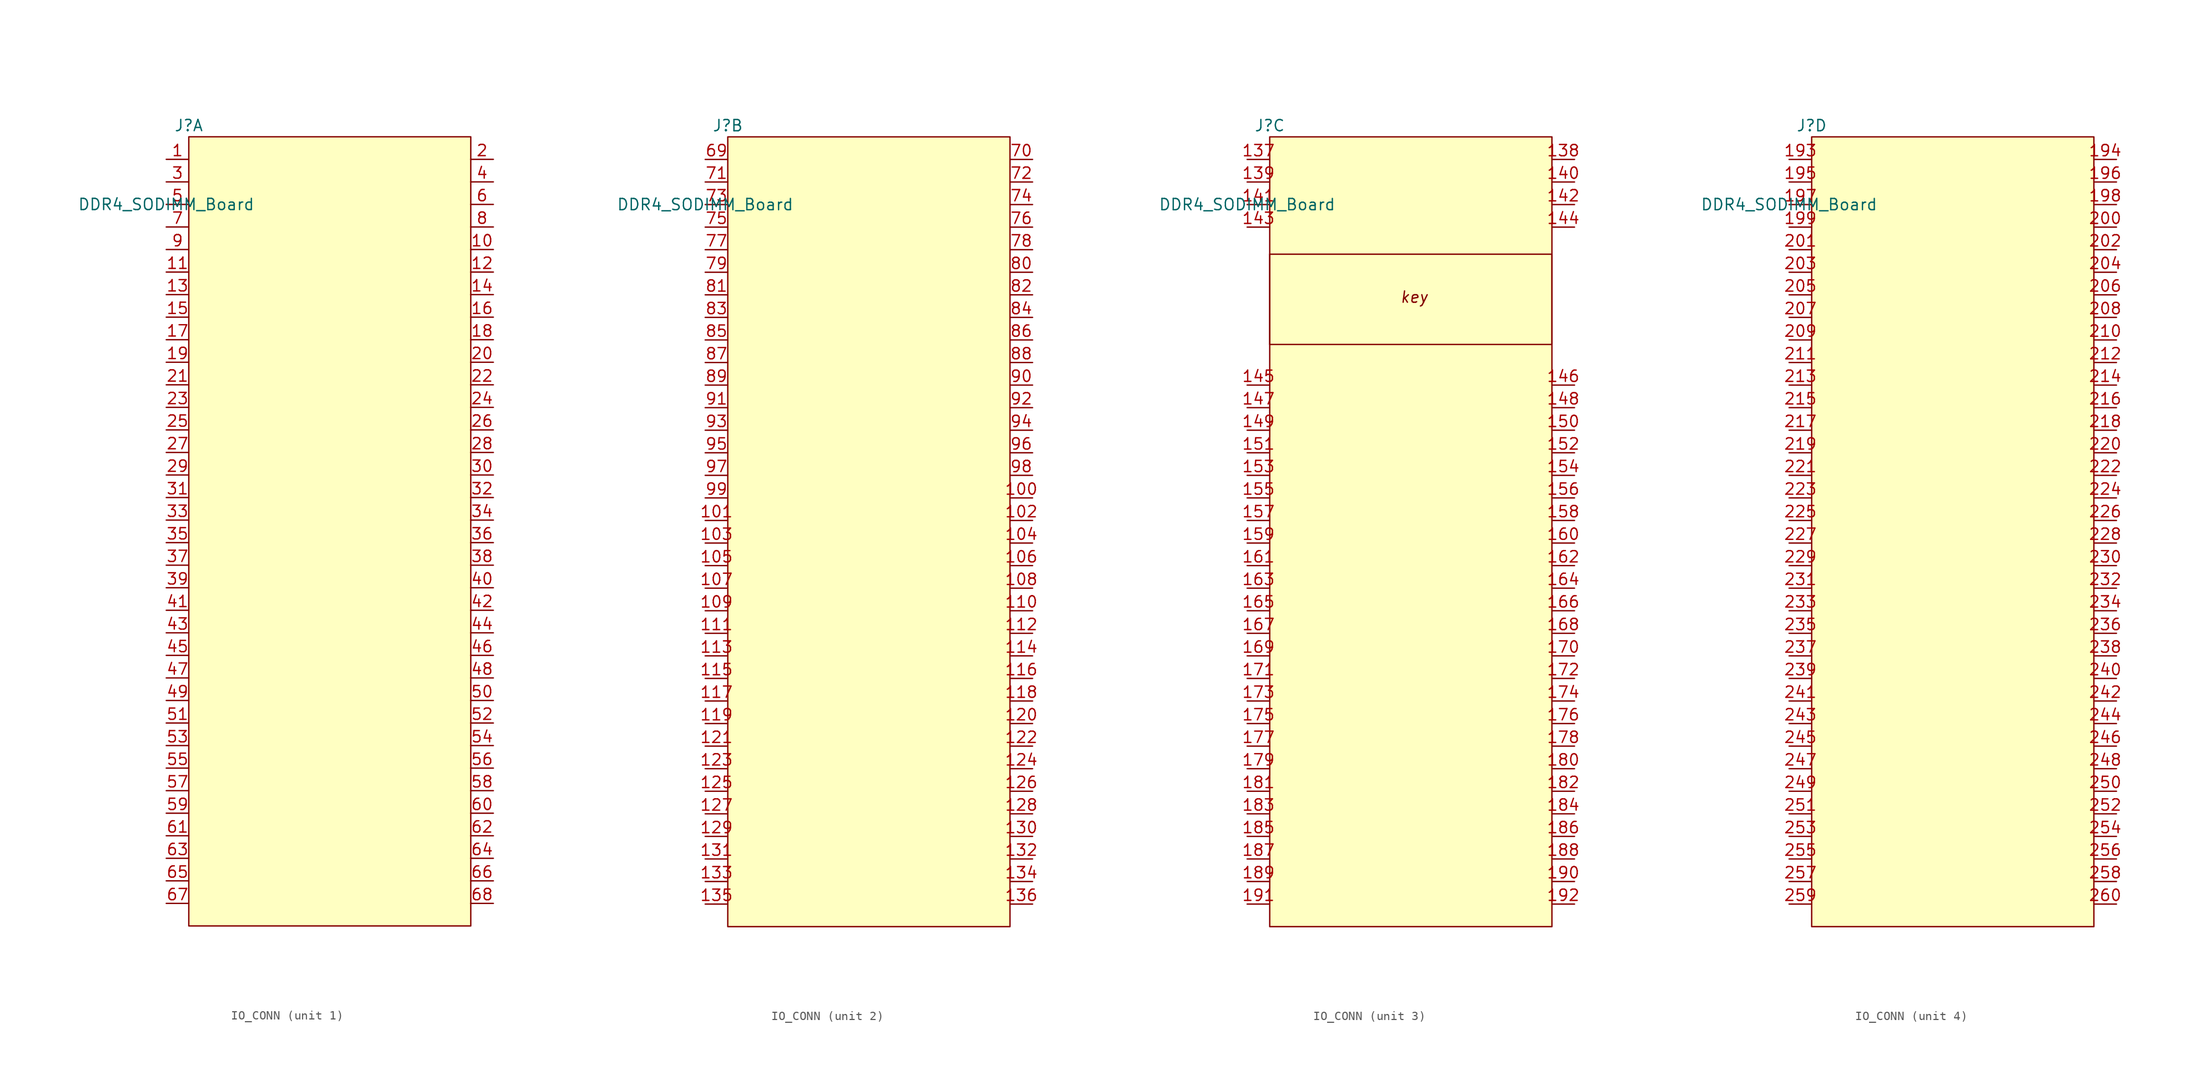
<source format=kicad_sym>
(kicad_symbol_lib
  (version 20241209)
  (generator "kicad_symbol_editor")
  (generator_version "9.0")
  (symbol "IO_CONN"
    (property "Reference" "J"
      (at -16.51 45.72 0)
      (effects (font (size 1.27 1.27))))
    (property "Value" "DDR4_SODIMM_Board"
      (at -19.05 36.83 0)
      (effects (font (size 1.27 1.27))))
    (property "ki_locked" ""
      (at 0 0 0)
      (effects (font (size 1.27 1.27))))
    (symbol "IO_CONN_1_0"
      (pin passive line (at -19.05 41.91 0) (length 2.54) (name "" (effects (font (size 1.27 1.27)))) (number "1" (effects (font (size 1.27 1.27)))))
      (pin passive line (at -19.05 39.37 0) (length 2.54) (name "" (effects (font (size 1.27 1.27)))) (number "3" (effects (font (size 1.27 1.27)))))
      (pin passive line (at -19.05 36.83 0) (length 2.54) (name "" (effects (font (size 1.27 1.27)))) (number "5" (effects (font (size 1.27 1.27)))))
      (pin passive line (at -19.05 34.29 0) (length 2.54) (name "" (effects (font (size 1.27 1.27)))) (number "7" (effects (font (size 1.27 1.27)))))
      (pin passive line (at -19.05 31.75 0) (length 2.54) (name "" (effects (font (size 1.27 1.27)))) (number "9" (effects (font (size 1.27 1.27)))))
      (pin passive line (at -19.05 29.21 0) (length 2.54) (name "" (effects (font (size 1.27 1.27)))) (number "11" (effects (font (size 1.27 1.27)))))
      (pin passive line (at -19.05 26.67 0) (length 2.54) (name "" (effects (font (size 1.27 1.27)))) (number "13" (effects (font (size 1.27 1.27)))))
      (pin passive line (at -19.05 24.13 0) (length 2.54) (name "" (effects (font (size 1.27 1.27)))) (number "15" (effects (font (size 1.27 1.27)))))
      (pin passive line (at -19.05 21.59 0) (length 2.54) (name "" (effects (font (size 1.27 1.27)))) (number "17" (effects (font (size 1.27 1.27)))))
      (pin passive line (at -19.05 19.05 0) (length 2.54) (name "" (effects (font (size 1.27 1.27)))) (number "19" (effects (font (size 1.27 1.27)))))
      (pin passive line (at -19.05 16.51 0) (length 2.54) (name "" (effects (font (size 1.27 1.27)))) (number "21" (effects (font (size 1.27 1.27)))))
      (pin passive line (at -19.05 13.97 0) (length 2.54) (name "" (effects (font (size 1.27 1.27)))) (number "23" (effects (font (size 1.27 1.27)))))
      (pin passive line (at -19.05 11.43 0) (length 2.54) (name "" (effects (font (size 1.27 1.27)))) (number "25" (effects (font (size 1.27 1.27)))))
      (pin passive line (at -19.05 8.89 0) (length 2.54) (name "" (effects (font (size 1.27 1.27)))) (number "27" (effects (font (size 1.27 1.27)))))
      (pin passive line (at -19.05 6.35 0) (length 2.54) (name "" (effects (font (size 1.27 1.27)))) (number "29" (effects (font (size 1.27 1.27)))))
      (pin passive line (at -19.05 3.81 0) (length 2.54) (name "" (effects (font (size 1.27 1.27)))) (number "31" (effects (font (size 1.27 1.27)))))
      (pin passive line (at -19.05 1.27 0) (length 2.54) (name "" (effects (font (size 1.27 1.27)))) (number "33" (effects (font (size 1.27 1.27)))))
      (pin passive line (at -19.05 -1.27 0) (length 2.54) (name "" (effects (font (size 1.27 1.27)))) (number "35" (effects (font (size 1.27 1.27)))))
      (pin passive line (at -19.05 -3.81 0) (length 2.54) (name "" (effects (font (size 1.27 1.27)))) (number "37" (effects (font (size 1.27 1.27)))))
      (pin passive line (at -19.05 -6.35 0) (length 2.54) (name "" (effects (font (size 1.27 1.27)))) (number "39" (effects (font (size 1.27 1.27)))))
      (pin passive line (at -19.05 -8.89 0) (length 2.54) (name "" (effects (font (size 1.27 1.27)))) (number "41" (effects (font (size 1.27 1.27)))))
      (pin passive line (at -19.05 -11.43 0) (length 2.54) (name "" (effects (font (size 1.27 1.27)))) (number "43" (effects (font (size 1.27 1.27)))))
      (pin passive line (at -19.05 -13.97 0) (length 2.54) (name "" (effects (font (size 1.27 1.27)))) (number "45" (effects (font (size 1.27 1.27)))))
      (pin passive line (at -19.05 -16.51 0) (length 2.54) (name "" (effects (font (size 1.27 1.27)))) (number "47" (effects (font (size 1.27 1.27)))))
      (pin passive line (at -19.05 -19.05 0) (length 2.54) (name "" (effects (font (size 1.27 1.27)))) (number "49" (effects (font (size 1.27 1.27)))))
      (pin passive line (at -19.05 -21.59 0) (length 2.54) (name "" (effects (font (size 1.27 1.27)))) (number "51" (effects (font (size 1.27 1.27)))))
      (pin passive line (at -19.05 -24.13 0) (length 2.54) (name "" (effects (font (size 1.27 1.27)))) (number "53" (effects (font (size 1.27 1.27)))))
      (pin passive line (at -19.05 -26.67 0) (length 2.54) (name "" (effects (font (size 1.27 1.27)))) (number "55" (effects (font (size 1.27 1.27)))))
      (pin passive line (at -19.05 -29.21 0) (length 2.54) (name "" (effects (font (size 1.27 1.27)))) (number "57" (effects (font (size 1.27 1.27)))))
      (pin passive line (at -19.05 -31.75 0) (length 2.54) (name "" (effects (font (size 1.27 1.27)))) (number "59" (effects (font (size 1.27 1.27)))))
      (pin passive line (at -19.05 -34.29 0) (length 2.54) (name "" (effects (font (size 1.27 1.27)))) (number "61" (effects (font (size 1.27 1.27)))))
      (pin passive line (at -19.05 -36.83 0) (length 2.54) (name "" (effects (font (size 1.27 1.27)))) (number "63" (effects (font (size 1.27 1.27)))))
      (pin passive line (at -19.05 -39.37 0) (length 2.54) (name "" (effects (font (size 1.27 1.27)))) (number "65" (effects (font (size 1.27 1.27)))))
      (pin passive line (at -19.05 -41.91 0) (length 2.54) (name "" (effects (font (size 1.27 1.27)))) (number "67" (effects (font (size 1.27 1.27)))))
      (pin passive line (at 17.78 41.91 180) (length 2.54) (name "" (effects (font (size 1.27 1.27)))) (number "2" (effects (font (size 1.27 1.27)))))
      (pin passive line (at 17.78 39.37 180) (length 2.54) (name "" (effects (font (size 1.27 1.27)))) (number "4" (effects (font (size 1.27 1.27)))))
      (pin passive line (at 17.78 36.83 180) (length 2.54) (name "" (effects (font (size 1.27 1.27)))) (number "6" (effects (font (size 1.27 1.27)))))
      (pin passive line (at 17.78 34.29 180) (length 2.54) (name "" (effects (font (size 1.27 1.27)))) (number "8" (effects (font (size 1.27 1.27)))))
      (pin passive line (at 17.78 31.75 180) (length 2.54) (name "" (effects (font (size 1.27 1.27)))) (number "10" (effects (font (size 1.27 1.27)))))
      (pin passive line (at 17.78 29.21 180) (length 2.54) (name "" (effects (font (size 1.27 1.27)))) (number "12" (effects (font (size 1.27 1.27)))))
      (pin passive line (at 17.78 26.67 180) (length 2.54) (name "" (effects (font (size 1.27 1.27)))) (number "14" (effects (font (size 1.27 1.27)))))
      (pin passive line (at 17.78 24.13 180) (length 2.54) (name "" (effects (font (size 1.27 1.27)))) (number "16" (effects (font (size 1.27 1.27)))))
      (pin passive line (at 17.78 21.59 180) (length 2.54) (name "" (effects (font (size 1.27 1.27)))) (number "18" (effects (font (size 1.27 1.27)))))
      (pin passive line (at 17.78 19.05 180) (length 2.54) (name "" (effects (font (size 1.27 1.27)))) (number "20" (effects (font (size 1.27 1.27)))))
      (pin passive line (at 17.78 16.51 180) (length 2.54) (name "" (effects (font (size 1.27 1.27)))) (number "22" (effects (font (size 1.27 1.27)))))
      (pin passive line (at 17.78 13.97 180) (length 2.54) (name "" (effects (font (size 1.27 1.27)))) (number "24" (effects (font (size 1.27 1.27)))))
      (pin passive line (at 17.78 11.43 180) (length 2.54) (name "" (effects (font (size 1.27 1.27)))) (number "26" (effects (font (size 1.27 1.27)))))
      (pin passive line (at 17.78 8.89 180) (length 2.54) (name "" (effects (font (size 1.27 1.27)))) (number "28" (effects (font (size 1.27 1.27)))))
      (pin passive line (at 17.78 6.35 180) (length 2.54) (name "" (effects (font (size 1.27 1.27)))) (number "30" (effects (font (size 1.27 1.27)))))
      (pin passive line (at 17.78 3.81 180) (length 2.54) (name "" (effects (font (size 1.27 1.27)))) (number "32" (effects (font (size 1.27 1.27)))))
      (pin passive line (at 17.78 1.27 180) (length 2.54) (name "" (effects (font (size 1.27 1.27)))) (number "34" (effects (font (size 1.27 1.27)))))
      (pin passive line (at 17.78 -1.27 180) (length 2.54) (name "" (effects (font (size 1.27 1.27)))) (number "36" (effects (font (size 1.27 1.27)))))
      (pin passive line (at 17.78 -3.81 180) (length 2.54) (name "" (effects (font (size 1.27 1.27)))) (number "38" (effects (font (size 1.27 1.27)))))
      (pin passive line (at 17.78 -6.35 180) (length 2.54) (name "" (effects (font (size 1.27 1.27)))) (number "40" (effects (font (size 1.27 1.27)))))
      (pin passive line (at 17.78 -8.89 180) (length 2.54) (name "" (effects (font (size 1.27 1.27)))) (number "42" (effects (font (size 1.27 1.27)))))
      (pin passive line (at 17.78 -11.43 180) (length 2.54) (name "" (effects (font (size 1.27 1.27)))) (number "44" (effects (font (size 1.27 1.27)))))
      (pin passive line (at 17.78 -13.97 180) (length 2.54) (name "" (effects (font (size 1.27 1.27)))) (number "46" (effects (font (size 1.27 1.27)))))
      (pin passive line (at 17.78 -16.51 180) (length 2.54) (name "" (effects (font (size 1.27 1.27)))) (number "48" (effects (font (size 1.27 1.27)))))
      (pin passive line (at 17.78 -19.05 180) (length 2.54) (name "" (effects (font (size 1.27 1.27)))) (number "50" (effects (font (size 1.27 1.27)))))
      (pin passive line (at 17.78 -21.59 180) (length 2.54) (name "" (effects (font (size 1.27 1.27)))) (number "52" (effects (font (size 1.27 1.27)))))
      (pin passive line (at 17.78 -24.13 180) (length 2.54) (name "" (effects (font (size 1.27 1.27)))) (number "54" (effects (font (size 1.27 1.27)))))
      (pin passive line (at 17.78 -26.67 180) (length 2.54) (name "" (effects (font (size 1.27 1.27)))) (number "56" (effects (font (size 1.27 1.27)))))
      (pin passive line (at 17.78 -29.21 180) (length 2.54) (name "" (effects (font (size 1.27 1.27)))) (number "58" (effects (font (size 1.27 1.27)))))
      (pin passive line (at 17.78 -31.75 180) (length 2.54) (name "" (effects (font (size 1.27 1.27)))) (number "60" (effects (font (size 1.27 1.27)))))
      (pin passive line (at 17.78 -34.29 180) (length 2.54) (name "" (effects (font (size 1.27 1.27)))) (number "62" (effects (font (size 1.27 1.27)))))
      (pin passive line (at 17.78 -36.83 180) (length 2.54) (name "" (effects (font (size 1.27 1.27)))) (number "64" (effects (font (size 1.27 1.27)))))
      (pin passive line (at 17.78 -39.37 180) (length 2.54) (name "" (effects (font (size 1.27 1.27)))) (number "66" (effects (font (size 1.27 1.27)))))
      (pin passive line (at 17.78 -41.91 180) (length 2.54) (name "" (effects (font (size 1.27 1.27)))) (number "68" (effects (font (size 1.27 1.27))))))
    (symbol "IO_CONN_1_1"
      (rectangle (start -16.51 44.45) (end 15.24 -44.45) (stroke (width 0) (type default)) (fill (type background))))
    (symbol "IO_CONN_2_0"
      (pin passive line (at -19.05 41.91 0) (length 2.54) (name "" (effects (font (size 1.27 1.27)))) (number "69" (effects (font (size 1.27 1.27)))))
      (pin passive line (at -19.05 39.37 0) (length 2.54) (name "" (effects (font (size 1.27 1.27)))) (number "71" (effects (font (size 1.27 1.27)))))
      (pin passive line (at -19.05 36.83 0) (length 2.54) (name "" (effects (font (size 1.27 1.27)))) (number "73" (effects (font (size 1.27 1.27)))))
      (pin passive line (at -19.05 34.29 0) (length 2.54) (name "" (effects (font (size 1.27 1.27)))) (number "75" (effects (font (size 1.27 1.27)))))
      (pin passive line (at -19.05 31.75 0) (length 2.54) (name "" (effects (font (size 1.27 1.27)))) (number "77" (effects (font (size 1.27 1.27)))))
      (pin passive line (at -19.05 29.21 0) (length 2.54) (name "" (effects (font (size 1.27 1.27)))) (number "79" (effects (font (size 1.27 1.27)))))
      (pin passive line (at -19.05 26.67 0) (length 2.54) (name "" (effects (font (size 1.27 1.27)))) (number "81" (effects (font (size 1.27 1.27)))))
      (pin passive line (at -19.05 24.13 0) (length 2.54) (name "" (effects (font (size 1.27 1.27)))) (number "83" (effects (font (size 1.27 1.27)))))
      (pin passive line (at -19.05 21.59 0) (length 2.54) (name "" (effects (font (size 1.27 1.27)))) (number "85" (effects (font (size 1.27 1.27)))))
      (pin passive line (at -19.05 19.05 0) (length 2.54) (name "" (effects (font (size 1.27 1.27)))) (number "87" (effects (font (size 1.27 1.27)))))
      (pin passive line (at -19.05 16.51 0) (length 2.54) (name "" (effects (font (size 1.27 1.27)))) (number "89" (effects (font (size 1.27 1.27)))))
      (pin passive line (at -19.05 13.97 0) (length 2.54) (name "" (effects (font (size 1.27 1.27)))) (number "91" (effects (font (size 1.27 1.27)))))
      (pin passive line (at -19.05 11.43 0) (length 2.54) (name "" (effects (font (size 1.27 1.27)))) (number "93" (effects (font (size 1.27 1.27)))))
      (pin passive line (at -19.05 8.89 0) (length 2.54) (name "" (effects (font (size 1.27 1.27)))) (number "95" (effects (font (size 1.27 1.27)))))
      (pin passive line (at -19.05 6.35 0) (length 2.54) (name "" (effects (font (size 1.27 1.27)))) (number "97" (effects (font (size 1.27 1.27)))))
      (pin passive line (at -19.05 3.81 0) (length 2.54) (name "" (effects (font (size 1.27 1.27)))) (number "99" (effects (font (size 1.27 1.27)))))
      (pin passive line (at -19.05 1.27 0) (length 2.54) (name "" (effects (font (size 1.27 1.27)))) (number "101" (effects (font (size 1.27 1.27)))))
      (pin passive line (at -19.05 -1.27 0) (length 2.54) (name "" (effects (font (size 1.27 1.27)))) (number "103" (effects (font (size 1.27 1.27)))))
      (pin passive line (at -19.05 -3.81 0) (length 2.54) (name "" (effects (font (size 1.27 1.27)))) (number "105" (effects (font (size 1.27 1.27)))))
      (pin passive line (at -19.05 -6.35 0) (length 2.54) (name "" (effects (font (size 1.27 1.27)))) (number "107" (effects (font (size 1.27 1.27)))))
      (pin passive line (at -19.05 -8.89 0) (length 2.54) (name "" (effects (font (size 1.27 1.27)))) (number "109" (effects (font (size 1.27 1.27)))))
      (pin passive line (at -19.05 -11.43 0) (length 2.54) (name "" (effects (font (size 1.27 1.27)))) (number "111" (effects (font (size 1.27 1.27)))))
      (pin passive line (at -19.05 -13.97 0) (length 2.54) (name "" (effects (font (size 1.27 1.27)))) (number "113" (effects (font (size 1.27 1.27)))))
      (pin passive line (at -19.05 -16.51 0) (length 2.54) (name "" (effects (font (size 1.27 1.27)))) (number "115" (effects (font (size 1.27 1.27)))))
      (pin passive line (at -19.05 -19.05 0) (length 2.54) (name "" (effects (font (size 1.27 1.27)))) (number "117" (effects (font (size 1.27 1.27)))))
      (pin passive line (at -19.05 -21.59 0) (length 2.54) (name "" (effects (font (size 1.27 1.27)))) (number "119" (effects (font (size 1.27 1.27)))))
      (pin passive line (at -19.05 -24.13 0) (length 2.54) (name "" (effects (font (size 1.27 1.27)))) (number "121" (effects (font (size 1.27 1.27)))))
      (pin passive line (at -19.05 -26.67 0) (length 2.54) (name "" (effects (font (size 1.27 1.27)))) (number "123" (effects (font (size 1.27 1.27)))))
      (pin passive line (at -19.05 -29.21 0) (length 2.54) (name "" (effects (font (size 1.27 1.27)))) (number "125" (effects (font (size 1.27 1.27)))))
      (pin passive line (at -19.05 -31.75 0) (length 2.54) (name "" (effects (font (size 1.27 1.27)))) (number "127" (effects (font (size 1.27 1.27)))))
      (pin passive line (at -19.05 -34.29 0) (length 2.54) (name "" (effects (font (size 1.27 1.27)))) (number "129" (effects (font (size 1.27 1.27)))))
      (pin passive line (at -19.05 -36.83 0) (length 2.54) (name "" (effects (font (size 1.27 1.27)))) (number "131" (effects (font (size 1.27 1.27)))))
      (pin passive line (at -19.05 -39.37 0) (length 2.54) (name "" (effects (font (size 1.27 1.27)))) (number "133" (effects (font (size 1.27 1.27)))))
      (pin passive line (at -19.05 -41.91 0) (length 2.54) (name "" (effects (font (size 1.27 1.27)))) (number "135" (effects (font (size 1.27 1.27)))))
      (pin passive line (at 17.78 41.91 180) (length 2.54) (name "" (effects (font (size 1.27 1.27)))) (number "70" (effects (font (size 1.27 1.27)))))
      (pin passive line (at 17.78 39.37 180) (length 2.54) (name "" (effects (font (size 1.27 1.27)))) (number "72" (effects (font (size 1.27 1.27)))))
      (pin passive line (at 17.78 36.83 180) (length 2.54) (name "" (effects (font (size 1.27 1.27)))) (number "74" (effects (font (size 1.27 1.27)))))
      (pin passive line (at 17.78 34.29 180) (length 2.54) (name "" (effects (font (size 1.27 1.27)))) (number "76" (effects (font (size 1.27 1.27)))))
      (pin passive line (at 17.78 31.75 180) (length 2.54) (name "" (effects (font (size 1.27 1.27)))) (number "78" (effects (font (size 1.27 1.27)))))
      (pin passive line (at 17.78 29.21 180) (length 2.54) (name "" (effects (font (size 1.27 1.27)))) (number "80" (effects (font (size 1.27 1.27)))))
      (pin passive line (at 17.78 26.67 180) (length 2.54) (name "" (effects (font (size 1.27 1.27)))) (number "82" (effects (font (size 1.27 1.27)))))
      (pin passive line (at 17.78 24.13 180) (length 2.54) (name "" (effects (font (size 1.27 1.27)))) (number "84" (effects (font (size 1.27 1.27)))))
      (pin passive line (at 17.78 21.59 180) (length 2.54) (name "" (effects (font (size 1.27 1.27)))) (number "86" (effects (font (size 1.27 1.27)))))
      (pin passive line (at 17.78 19.05 180) (length 2.54) (name "" (effects (font (size 1.27 1.27)))) (number "88" (effects (font (size 1.27 1.27)))))
      (pin passive line (at 17.78 16.51 180) (length 2.54) (name "" (effects (font (size 1.27 1.27)))) (number "90" (effects (font (size 1.27 1.27)))))
      (pin passive line (at 17.78 13.97 180) (length 2.54) (name "" (effects (font (size 1.27 1.27)))) (number "92" (effects (font (size 1.27 1.27)))))
      (pin passive line (at 17.78 11.43 180) (length 2.54) (name "" (effects (font (size 1.27 1.27)))) (number "94" (effects (font (size 1.27 1.27)))))
      (pin passive line (at 17.78 8.89 180) (length 2.54) (name "" (effects (font (size 1.27 1.27)))) (number "96" (effects (font (size 1.27 1.27)))))
      (pin passive line (at 17.78 6.35 180) (length 2.54) (name "" (effects (font (size 1.27 1.27)))) (number "98" (effects (font (size 1.27 1.27)))))
      (pin passive line (at 17.78 3.81 180) (length 2.54) (name "" (effects (font (size 1.27 1.27)))) (number "100" (effects (font (size 1.27 1.27)))))
      (pin passive line (at 17.78 1.27 180) (length 2.54) (name "" (effects (font (size 1.27 1.27)))) (number "102" (effects (font (size 1.27 1.27)))))
      (pin passive line (at 17.78 -1.27 180) (length 2.54) (name "" (effects (font (size 1.27 1.27)))) (number "104" (effects (font (size 1.27 1.27)))))
      (pin passive line (at 17.78 -3.81 180) (length 2.54) (name "" (effects (font (size 1.27 1.27)))) (number "106" (effects (font (size 1.27 1.27)))))
      (pin passive line (at 17.78 -6.35 180) (length 2.54) (name "" (effects (font (size 1.27 1.27)))) (number "108" (effects (font (size 1.27 1.27)))))
      (pin passive line (at 17.78 -8.89 180) (length 2.54) (name "" (effects (font (size 1.27 1.27)))) (number "110" (effects (font (size 1.27 1.27)))))
      (pin passive line (at 17.78 -11.43 180) (length 2.54) (name "" (effects (font (size 1.27 1.27)))) (number "112" (effects (font (size 1.27 1.27)))))
      (pin passive line (at 17.78 -13.97 180) (length 2.54) (name "" (effects (font (size 1.27 1.27)))) (number "114" (effects (font (size 1.27 1.27)))))
      (pin passive line (at 17.78 -16.51 180) (length 2.54) (name "" (effects (font (size 1.27 1.27)))) (number "116" (effects (font (size 1.27 1.27)))))
      (pin passive line (at 17.78 -19.05 180) (length 2.54) (name "" (effects (font (size 1.27 1.27)))) (number "118" (effects (font (size 1.27 1.27)))))
      (pin passive line (at 17.78 -21.59 180) (length 2.54) (name "" (effects (font (size 1.27 1.27)))) (number "120" (effects (font (size 1.27 1.27)))))
      (pin passive line (at 17.78 -24.13 180) (length 2.54) (name "" (effects (font (size 1.27 1.27)))) (number "122" (effects (font (size 1.27 1.27)))))
      (pin passive line (at 17.78 -26.67 180) (length 2.54) (name "" (effects (font (size 1.27 1.27)))) (number "124" (effects (font (size 1.27 1.27)))))
      (pin passive line (at 17.78 -29.21 180) (length 2.54) (name "" (effects (font (size 1.27 1.27)))) (number "126" (effects (font (size 1.27 1.27)))))
      (pin passive line (at 17.78 -31.75 180) (length 2.54) (name "" (effects (font (size 1.27 1.27)))) (number "128" (effects (font (size 1.27 1.27)))))
      (pin passive line (at 17.78 -34.29 180) (length 2.54) (name "" (effects (font (size 1.27 1.27)))) (number "130" (effects (font (size 1.27 1.27)))))
      (pin passive line (at 17.78 -36.83 180) (length 2.54) (name "" (effects (font (size 1.27 1.27)))) (number "132" (effects (font (size 1.27 1.27)))))
      (pin passive line (at 17.78 -39.37 180) (length 2.54) (name "" (effects (font (size 1.27 1.27)))) (number "134" (effects (font (size 1.27 1.27)))))
      (pin passive line (at 17.78 -41.91 180) (length 2.54) (name "" (effects (font (size 1.27 1.27)))) (number "136" (effects (font (size 1.27 1.27))))))
    (symbol "IO_CONN_2_1"
      (rectangle (start -16.51 44.45) (end 15.24 -44.45) (stroke (width 0) (type default)) (fill (type background))))
    (symbol "IO_CONN_3_0"
      (pin passive line (at -19.05 41.91 0) (length 2.54) (name "" (effects (font (size 1.27 1.27)))) (number "137" (effects (font (size 1.27 1.27)))))
      (pin passive line (at -19.05 39.37 0) (length 2.54) (name "" (effects (font (size 1.27 1.27)))) (number "139" (effects (font (size 1.27 1.27)))))
      (pin passive line (at -19.05 36.83 0) (length 2.54) (name "" (effects (font (size 1.27 1.27)))) (number "141" (effects (font (size 1.27 1.27)))))
      (pin passive line (at -19.05 34.29 0) (length 2.54) (name "" (effects (font (size 1.27 1.27)))) (number "143" (effects (font (size 1.27 1.27)))))
      (pin passive line (at -19.05 16.51 0) (length 2.54) (name "" (effects (font (size 1.27 1.27)))) (number "145" (effects (font (size 1.27 1.27)))))
      (pin passive line (at -19.05 13.97 0) (length 2.54) (name "" (effects (font (size 1.27 1.27)))) (number "147" (effects (font (size 1.27 1.27)))))
      (pin passive line (at -19.05 11.43 0) (length 2.54) (name "" (effects (font (size 1.27 1.27)))) (number "149" (effects (font (size 1.27 1.27)))))
      (pin passive line (at -19.05 8.89 0) (length 2.54) (name "" (effects (font (size 1.27 1.27)))) (number "151" (effects (font (size 1.27 1.27)))))
      (pin passive line (at -19.05 6.35 0) (length 2.54) (name "" (effects (font (size 1.27 1.27)))) (number "153" (effects (font (size 1.27 1.27)))))
      (pin passive line (at -19.05 3.81 0) (length 2.54) (name "" (effects (font (size 1.27 1.27)))) (number "155" (effects (font (size 1.27 1.27)))))
      (pin passive line (at -19.05 1.27 0) (length 2.54) (name "" (effects (font (size 1.27 1.27)))) (number "157" (effects (font (size 1.27 1.27)))))
      (pin passive line (at -19.05 -1.27 0) (length 2.54) (name "" (effects (font (size 1.27 1.27)))) (number "159" (effects (font (size 1.27 1.27)))))
      (pin passive line (at -19.05 -3.81 0) (length 2.54) (name "" (effects (font (size 1.27 1.27)))) (number "161" (effects (font (size 1.27 1.27)))))
      (pin passive line (at -19.05 -6.35 0) (length 2.54) (name "" (effects (font (size 1.27 1.27)))) (number "163" (effects (font (size 1.27 1.27)))))
      (pin passive line (at -19.05 -8.89 0) (length 2.54) (name "" (effects (font (size 1.27 1.27)))) (number "165" (effects (font (size 1.27 1.27)))))
      (pin passive line (at -19.05 -11.43 0) (length 2.54) (name "" (effects (font (size 1.27 1.27)))) (number "167" (effects (font (size 1.27 1.27)))))
      (pin passive line (at -19.05 -13.97 0) (length 2.54) (name "" (effects (font (size 1.27 1.27)))) (number "169" (effects (font (size 1.27 1.27)))))
      (pin passive line (at -19.05 -16.51 0) (length 2.54) (name "" (effects (font (size 1.27 1.27)))) (number "171" (effects (font (size 1.27 1.27)))))
      (pin passive line (at -19.05 -19.05 0) (length 2.54) (name "" (effects (font (size 1.27 1.27)))) (number "173" (effects (font (size 1.27 1.27)))))
      (pin passive line (at -19.05 -21.59 0) (length 2.54) (name "" (effects (font (size 1.27 1.27)))) (number "175" (effects (font (size 1.27 1.27)))))
      (pin passive line (at -19.05 -24.13 0) (length 2.54) (name "" (effects (font (size 1.27 1.27)))) (number "177" (effects (font (size 1.27 1.27)))))
      (pin passive line (at -19.05 -26.67 0) (length 2.54) (name "" (effects (font (size 1.27 1.27)))) (number "179" (effects (font (size 1.27 1.27)))))
      (pin passive line (at -19.05 -29.21 0) (length 2.54) (name "" (effects (font (size 1.27 1.27)))) (number "181" (effects (font (size 1.27 1.27)))))
      (pin passive line (at -19.05 -31.75 0) (length 2.54) (name "" (effects (font (size 1.27 1.27)))) (number "183" (effects (font (size 1.27 1.27)))))
      (pin passive line (at -19.05 -34.29 0) (length 2.54) (name "" (effects (font (size 1.27 1.27)))) (number "185" (effects (font (size 1.27 1.27)))))
      (pin passive line (at -19.05 -36.83 0) (length 2.54) (name "" (effects (font (size 1.27 1.27)))) (number "187" (effects (font (size 1.27 1.27)))))
      (pin passive line (at -19.05 -39.37 0) (length 2.54) (name "" (effects (font (size 1.27 1.27)))) (number "189" (effects (font (size 1.27 1.27)))))
      (pin passive line (at -19.05 -41.91 0) (length 2.54) (name "" (effects (font (size 1.27 1.27)))) (number "191" (effects (font (size 1.27 1.27)))))
      (pin passive line (at 17.78 41.91 180) (length 2.54) (name "" (effects (font (size 1.27 1.27)))) (number "138" (effects (font (size 1.27 1.27)))))
      (pin passive line (at 17.78 39.37 180) (length 2.54) (name "" (effects (font (size 1.27 1.27)))) (number "140" (effects (font (size 1.27 1.27)))))
      (pin passive line (at 17.78 36.83 180) (length 2.54) (name "" (effects (font (size 1.27 1.27)))) (number "142" (effects (font (size 1.27 1.27)))))
      (pin passive line (at 17.78 34.29 180) (length 2.54) (name "" (effects (font (size 1.27 1.27)))) (number "144" (effects (font (size 1.27 1.27)))))
      (pin passive line (at 17.78 16.51 180) (length 2.54) (name "" (effects (font (size 1.27 1.27)))) (number "146" (effects (font (size 1.27 1.27)))))
      (pin passive line (at 17.78 13.97 180) (length 2.54) (name "" (effects (font (size 1.27 1.27)))) (number "148" (effects (font (size 1.27 1.27)))))
      (pin passive line (at 17.78 11.43 180) (length 2.54) (name "" (effects (font (size 1.27 1.27)))) (number "150" (effects (font (size 1.27 1.27)))))
      (pin passive line (at 17.78 8.89 180) (length 2.54) (name "" (effects (font (size 1.27 1.27)))) (number "152" (effects (font (size 1.27 1.27)))))
      (pin passive line (at 17.78 6.35 180) (length 2.54) (name "" (effects (font (size 1.27 1.27)))) (number "154" (effects (font (size 1.27 1.27)))))
      (pin passive line (at 17.78 3.81 180) (length 2.54) (name "" (effects (font (size 1.27 1.27)))) (number "156" (effects (font (size 1.27 1.27)))))
      (pin passive line (at 17.78 1.27 180) (length 2.54) (name "" (effects (font (size 1.27 1.27)))) (number "158" (effects (font (size 1.27 1.27)))))
      (pin passive line (at 17.78 -1.27 180) (length 2.54) (name "" (effects (font (size 1.27 1.27)))) (number "160" (effects (font (size 1.27 1.27)))))
      (pin passive line (at 17.78 -3.81 180) (length 2.54) (name "" (effects (font (size 1.27 1.27)))) (number "162" (effects (font (size 1.27 1.27)))))
      (pin passive line (at 17.78 -6.35 180) (length 2.54) (name "" (effects (font (size 1.27 1.27)))) (number "164" (effects (font (size 1.27 1.27)))))
      (pin passive line (at 17.78 -8.89 180) (length 2.54) (name "" (effects (font (size 1.27 1.27)))) (number "166" (effects (font (size 1.27 1.27)))))
      (pin passive line (at 17.78 -11.43 180) (length 2.54) (name "" (effects (font (size 1.27 1.27)))) (number "168" (effects (font (size 1.27 1.27)))))
      (pin passive line (at 17.78 -13.97 180) (length 2.54) (name "" (effects (font (size 1.27 1.27)))) (number "170" (effects (font (size 1.27 1.27)))))
      (pin passive line (at 17.78 -16.51 180) (length 2.54) (name "" (effects (font (size 1.27 1.27)))) (number "172" (effects (font (size 1.27 1.27)))))
      (pin passive line (at 17.78 -19.05 180) (length 2.54) (name "" (effects (font (size 1.27 1.27)))) (number "174" (effects (font (size 1.27 1.27)))))
      (pin passive line (at 17.78 -21.59 180) (length 2.54) (name "" (effects (font (size 1.27 1.27)))) (number "176" (effects (font (size 1.27 1.27)))))
      (pin passive line (at 17.78 -24.13 180) (length 2.54) (name "" (effects (font (size 1.27 1.27)))) (number "178" (effects (font (size 1.27 1.27)))))
      (pin passive line (at 17.78 -26.67 180) (length 2.54) (name "" (effects (font (size 1.27 1.27)))) (number "180" (effects (font (size 1.27 1.27)))))
      (pin passive line (at 17.78 -29.21 180) (length 2.54) (name "" (effects (font (size 1.27 1.27)))) (number "182" (effects (font (size 1.27 1.27)))))
      (pin passive line (at 17.78 -31.75 180) (length 2.54) (name "" (effects (font (size 1.27 1.27)))) (number "184" (effects (font (size 1.27 1.27)))))
      (pin passive line (at 17.78 -34.29 180) (length 2.54) (name "" (effects (font (size 1.27 1.27)))) (number "186" (effects (font (size 1.27 1.27)))))
      (pin passive line (at 17.78 -36.83 180) (length 2.54) (name "" (effects (font (size 1.27 1.27)))) (number "188" (effects (font (size 1.27 1.27)))))
      (pin passive line (at 17.78 -39.37 180) (length 2.54) (name "" (effects (font (size 1.27 1.27)))) (number "190" (effects (font (size 1.27 1.27)))))
      (pin passive line (at 17.78 -41.91 180) (length 2.54) (name "" (effects (font (size 1.27 1.27)))) (number "192" (effects (font (size 1.27 1.27))))))
    (symbol "IO_CONN_3_1"
      (rectangle (start -16.51 44.45) (end 15.24 -44.45) (stroke (width 0) (type default)) (fill (type background)))
      (rectangle (start -16.51 31.242) (end 15.24 21.082) (stroke (width 0) (type default)) (fill (type none)))
      (text "key" (at -0.254 26.416 0) (effects (font (size 1.27 1.27) (italic yes)))))
    (symbol "IO_CONN_4_0"
      (pin passive line (at -19.05 41.91 0) (length 2.54) (name "" (effects (font (size 1.27 1.27)))) (number "193" (effects (font (size 1.27 1.27)))))
      (pin passive line (at -19.05 39.37 0) (length 2.54) (name "" (effects (font (size 1.27 1.27)))) (number "195" (effects (font (size 1.27 1.27)))))
      (pin passive line (at -19.05 36.83 0) (length 2.54) (name "" (effects (font (size 1.27 1.27)))) (number "197" (effects (font (size 1.27 1.27)))))
      (pin passive line (at -19.05 34.29 0) (length 2.54) (name "" (effects (font (size 1.27 1.27)))) (number "199" (effects (font (size 1.27 1.27)))))
      (pin passive line (at -19.05 31.75 0) (length 2.54) (name "" (effects (font (size 1.27 1.27)))) (number "201" (effects (font (size 1.27 1.27)))))
      (pin passive line (at -19.05 29.21 0) (length 2.54) (name "" (effects (font (size 1.27 1.27)))) (number "203" (effects (font (size 1.27 1.27)))))
      (pin passive line (at -19.05 26.67 0) (length 2.54) (name "" (effects (font (size 1.27 1.27)))) (number "205" (effects (font (size 1.27 1.27)))))
      (pin passive line (at -19.05 24.13 0) (length 2.54) (name "" (effects (font (size 1.27 1.27)))) (number "207" (effects (font (size 1.27 1.27)))))
      (pin passive line (at -19.05 21.59 0) (length 2.54) (name "" (effects (font (size 1.27 1.27)))) (number "209" (effects (font (size 1.27 1.27)))))
      (pin passive line (at -19.05 19.05 0) (length 2.54) (name "" (effects (font (size 1.27 1.27)))) (number "211" (effects (font (size 1.27 1.27)))))
      (pin passive line (at -19.05 16.51 0) (length 2.54) (name "" (effects (font (size 1.27 1.27)))) (number "213" (effects (font (size 1.27 1.27)))))
      (pin passive line (at -19.05 13.97 0) (length 2.54) (name "" (effects (font (size 1.27 1.27)))) (number "215" (effects (font (size 1.27 1.27)))))
      (pin passive line (at -19.05 11.43 0) (length 2.54) (name "" (effects (font (size 1.27 1.27)))) (number "217" (effects (font (size 1.27 1.27)))))
      (pin passive line (at -19.05 8.89 0) (length 2.54) (name "" (effects (font (size 1.27 1.27)))) (number "219" (effects (font (size 1.27 1.27)))))
      (pin passive line (at -19.05 6.35 0) (length 2.54) (name "" (effects (font (size 1.27 1.27)))) (number "221" (effects (font (size 1.27 1.27)))))
      (pin passive line (at -19.05 3.81 0) (length 2.54) (name "" (effects (font (size 1.27 1.27)))) (number "223" (effects (font (size 1.27 1.27)))))
      (pin passive line (at -19.05 1.27 0) (length 2.54) (name "" (effects (font (size 1.27 1.27)))) (number "225" (effects (font (size 1.27 1.27)))))
      (pin passive line (at -19.05 -1.27 0) (length 2.54) (name "" (effects (font (size 1.27 1.27)))) (number "227" (effects (font (size 1.27 1.27)))))
      (pin passive line (at -19.05 -3.81 0) (length 2.54) (name "" (effects (font (size 1.27 1.27)))) (number "229" (effects (font (size 1.27 1.27)))))
      (pin passive line (at -19.05 -6.35 0) (length 2.54) (name "" (effects (font (size 1.27 1.27)))) (number "231" (effects (font (size 1.27 1.27)))))
      (pin passive line (at -19.05 -8.89 0) (length 2.54) (name "" (effects (font (size 1.27 1.27)))) (number "233" (effects (font (size 1.27 1.27)))))
      (pin passive line (at -19.05 -11.43 0) (length 2.54) (name "" (effects (font (size 1.27 1.27)))) (number "235" (effects (font (size 1.27 1.27)))))
      (pin passive line (at -19.05 -13.97 0) (length 2.54) (name "" (effects (font (size 1.27 1.27)))) (number "237" (effects (font (size 1.27 1.27)))))
      (pin passive line (at -19.05 -16.51 0) (length 2.54) (name "" (effects (font (size 1.27 1.27)))) (number "239" (effects (font (size 1.27 1.27)))))
      (pin passive line (at -19.05 -19.05 0) (length 2.54) (name "" (effects (font (size 1.27 1.27)))) (number "241" (effects (font (size 1.27 1.27)))))
      (pin passive line (at -19.05 -21.59 0) (length 2.54) (name "" (effects (font (size 1.27 1.27)))) (number "243" (effects (font (size 1.27 1.27)))))
      (pin passive line (at -19.05 -24.13 0) (length 2.54) (name "" (effects (font (size 1.27 1.27)))) (number "245" (effects (font (size 1.27 1.27)))))
      (pin passive line (at -19.05 -26.67 0) (length 2.54) (name "" (effects (font (size 1.27 1.27)))) (number "247" (effects (font (size 1.27 1.27)))))
      (pin passive line (at -19.05 -29.21 0) (length 2.54) (name "" (effects (font (size 1.27 1.27)))) (number "249" (effects (font (size 1.27 1.27)))))
      (pin passive line (at -19.05 -31.75 0) (length 2.54) (name "" (effects (font (size 1.27 1.27)))) (number "251" (effects (font (size 1.27 1.27)))))
      (pin passive line (at -19.05 -34.29 0) (length 2.54) (name "" (effects (font (size 1.27 1.27)))) (number "253" (effects (font (size 1.27 1.27)))))
      (pin passive line (at -19.05 -36.83 0) (length 2.54) (name "" (effects (font (size 1.27 1.27)))) (number "255" (effects (font (size 1.27 1.27)))))
      (pin passive line (at -19.05 -39.37 0) (length 2.54) (name "" (effects (font (size 1.27 1.27)))) (number "257" (effects (font (size 1.27 1.27)))))
      (pin passive line (at -19.05 -41.91 0) (length 2.54) (name "" (effects (font (size 1.27 1.27)))) (number "259" (effects (font (size 1.27 1.27)))))
      (pin passive line (at 17.78 41.91 180) (length 2.54) (name "" (effects (font (size 1.27 1.27)))) (number "194" (effects (font (size 1.27 1.27)))))
      (pin passive line (at 17.78 39.37 180) (length 2.54) (name "" (effects (font (size 1.27 1.27)))) (number "196" (effects (font (size 1.27 1.27)))))
      (pin passive line (at 17.78 36.83 180) (length 2.54) (name "" (effects (font (size 1.27 1.27)))) (number "198" (effects (font (size 1.27 1.27)))))
      (pin passive line (at 17.78 34.29 180) (length 2.54) (name "" (effects (font (size 1.27 1.27)))) (number "200" (effects (font (size 1.27 1.27)))))
      (pin passive line (at 17.78 31.75 180) (length 2.54) (name "" (effects (font (size 1.27 1.27)))) (number "202" (effects (font (size 1.27 1.27)))))
      (pin passive line (at 17.78 29.21 180) (length 2.54) (name "" (effects (font (size 1.27 1.27)))) (number "204" (effects (font (size 1.27 1.27)))))
      (pin passive line (at 17.78 26.67 180) (length 2.54) (name "" (effects (font (size 1.27 1.27)))) (number "206" (effects (font (size 1.27 1.27)))))
      (pin passive line (at 17.78 24.13 180) (length 2.54) (name "" (effects (font (size 1.27 1.27)))) (number "208" (effects (font (size 1.27 1.27)))))
      (pin passive line (at 17.78 21.59 180) (length 2.54) (name "" (effects (font (size 1.27 1.27)))) (number "210" (effects (font (size 1.27 1.27)))))
      (pin passive line (at 17.78 19.05 180) (length 2.54) (name "" (effects (font (size 1.27 1.27)))) (number "212" (effects (font (size 1.27 1.27)))))
      (pin passive line (at 17.78 16.51 180) (length 2.54) (name "" (effects (font (size 1.27 1.27)))) (number "214" (effects (font (size 1.27 1.27)))))
      (pin passive line (at 17.78 13.97 180) (length 2.54) (name "" (effects (font (size 1.27 1.27)))) (number "216" (effects (font (size 1.27 1.27)))))
      (pin passive line (at 17.78 11.43 180) (length 2.54) (name "" (effects (font (size 1.27 1.27)))) (number "218" (effects (font (size 1.27 1.27)))))
      (pin passive line (at 17.78 8.89 180) (length 2.54) (name "" (effects (font (size 1.27 1.27)))) (number "220" (effects (font (size 1.27 1.27)))))
      (pin passive line (at 17.78 6.35 180) (length 2.54) (name "" (effects (font (size 1.27 1.27)))) (number "222" (effects (font (size 1.27 1.27)))))
      (pin passive line (at 17.78 3.81 180) (length 2.54) (name "" (effects (font (size 1.27 1.27)))) (number "224" (effects (font (size 1.27 1.27)))))
      (pin passive line (at 17.78 1.27 180) (length 2.54) (name "" (effects (font (size 1.27 1.27)))) (number "226" (effects (font (size 1.27 1.27)))))
      (pin passive line (at 17.78 -1.27 180) (length 2.54) (name "" (effects (font (size 1.27 1.27)))) (number "228" (effects (font (size 1.27 1.27)))))
      (pin passive line (at 17.78 -3.81 180) (length 2.54) (name "" (effects (font (size 1.27 1.27)))) (number "230" (effects (font (size 1.27 1.27)))))
      (pin passive line (at 17.78 -6.35 180) (length 2.54) (name "" (effects (font (size 1.27 1.27)))) (number "232" (effects (font (size 1.27 1.27)))))
      (pin passive line (at 17.78 -8.89 180) (length 2.54) (name "" (effects (font (size 1.27 1.27)))) (number "234" (effects (font (size 1.27 1.27)))))
      (pin passive line (at 17.78 -11.43 180) (length 2.54) (name "" (effects (font (size 1.27 1.27)))) (number "236" (effects (font (size 1.27 1.27)))))
      (pin passive line (at 17.78 -13.97 180) (length 2.54) (name "" (effects (font (size 1.27 1.27)))) (number "238" (effects (font (size 1.27 1.27)))))
      (pin passive line (at 17.78 -16.51 180) (length 2.54) (name "" (effects (font (size 1.27 1.27)))) (number "240" (effects (font (size 1.27 1.27)))))
      (pin passive line (at 17.78 -19.05 180) (length 2.54) (name "" (effects (font (size 1.27 1.27)))) (number "242" (effects (font (size 1.27 1.27)))))
      (pin passive line (at 17.78 -21.59 180) (length 2.54) (name "" (effects (font (size 1.27 1.27)))) (number "244" (effects (font (size 1.27 1.27)))))
      (pin passive line (at 17.78 -24.13 180) (length 2.54) (name "" (effects (font (size 1.27 1.27)))) (number "246" (effects (font (size 1.27 1.27)))))
      (pin passive line (at 17.78 -26.67 180) (length 2.54) (name "" (effects (font (size 1.27 1.27)))) (number "248" (effects (font (size 1.27 1.27)))))
      (pin passive line (at 17.78 -29.21 180) (length 2.54) (name "" (effects (font (size 1.27 1.27)))) (number "250" (effects (font (size 1.27 1.27)))))
      (pin passive line (at 17.78 -31.75 180) (length 2.54) (name "" (effects (font (size 1.27 1.27)))) (number "252" (effects (font (size 1.27 1.27)))))
      (pin passive line (at 17.78 -34.29 180) (length 2.54) (name "" (effects (font (size 1.27 1.27)))) (number "254" (effects (font (size 1.27 1.27)))))
      (pin passive line (at 17.78 -36.83 180) (length 2.54) (name "" (effects (font (size 1.27 1.27)))) (number "256" (effects (font (size 1.27 1.27)))))
      (pin passive line (at 17.78 -39.37 180) (length 2.54) (name "" (effects (font (size 1.27 1.27)))) (number "258" (effects (font (size 1.27 1.27)))))
      (pin passive line (at 17.78 -41.91 180) (length 2.54) (name "" (effects (font (size 1.27 1.27)))) (number "260" (effects (font (size 1.27 1.27))))))
    (symbol "IO_CONN_4_1"
      (rectangle (start -16.51 44.45) (end 15.24 -44.45) (stroke (width 0) (type default)) (fill (type background))))))
</source>
